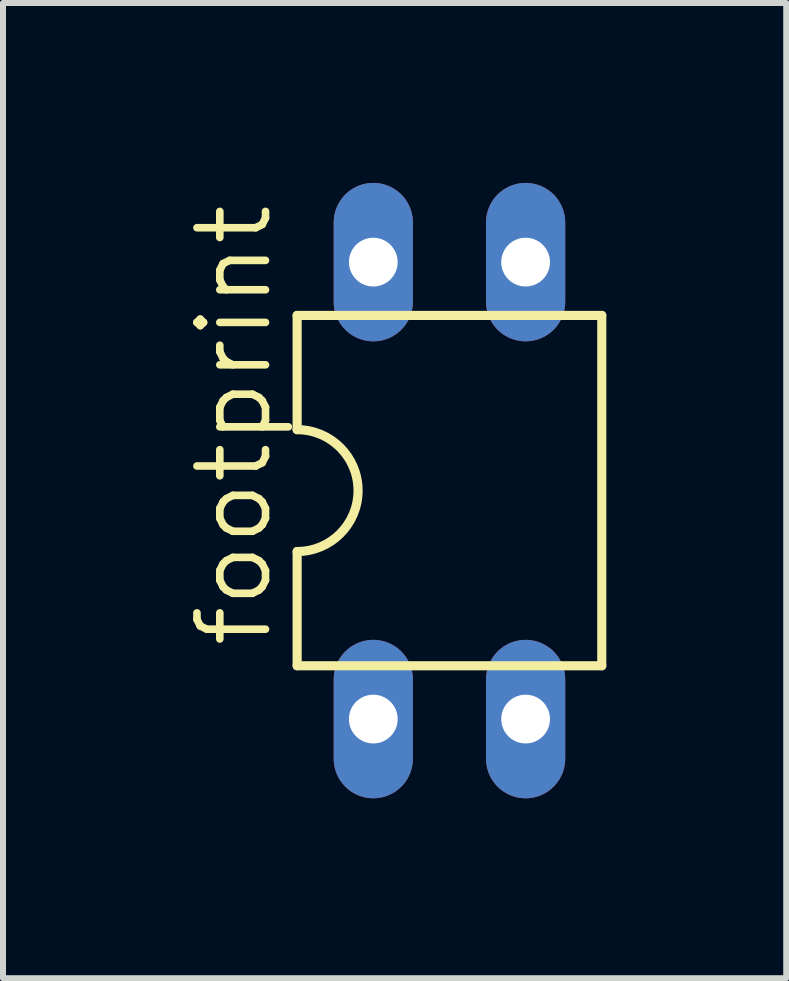
<source format=kicad_pcb>
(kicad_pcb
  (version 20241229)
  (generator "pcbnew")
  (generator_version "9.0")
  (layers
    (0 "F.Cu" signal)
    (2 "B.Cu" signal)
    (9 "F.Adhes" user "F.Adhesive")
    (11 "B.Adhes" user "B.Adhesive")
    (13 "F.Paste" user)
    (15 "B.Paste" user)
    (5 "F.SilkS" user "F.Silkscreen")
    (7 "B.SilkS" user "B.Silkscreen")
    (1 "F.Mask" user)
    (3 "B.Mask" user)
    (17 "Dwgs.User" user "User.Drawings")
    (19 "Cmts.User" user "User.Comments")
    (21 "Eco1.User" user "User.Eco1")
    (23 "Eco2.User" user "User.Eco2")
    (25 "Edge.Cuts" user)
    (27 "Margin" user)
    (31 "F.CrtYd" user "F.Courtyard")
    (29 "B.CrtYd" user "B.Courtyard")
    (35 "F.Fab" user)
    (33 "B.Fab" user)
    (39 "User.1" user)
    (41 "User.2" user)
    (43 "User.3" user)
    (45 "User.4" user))
  (footprint "footprint"
    (layer "F.Cu")
    (at 4.445 5.131)
    (property "Reference" "footprint" (at -2.921 2.667 90) (layer "F.SilkS") (effects (font (size 1.143 1.143) (thickness 0.127)) (justify left bottom)))
    (fp_line (start -2.54 -2.921) (end -2.54 -1.016) (stroke (width 0.152) (type solid)) (layer "F.SilkS"))
    (fp_line (start -2.54 2.921) (end -2.54 1.016) (stroke (width 0.152) (type solid)) (layer "F.SilkS"))
    (fp_line (start -2.54 2.921) (end 2.54 2.921) (stroke (width 0.152) (type solid)) (layer "F.SilkS"))
    (fp_line (start 2.54 -2.921) (end -2.54 -2.921) (stroke (width 0.152) (type solid)) (layer "F.SilkS"))
    (fp_line (start 2.54 -2.921) (end 2.54 2.921) (stroke (width 0.152) (type solid)) (layer "F.SilkS"))
    (fp_arc (start -2.54 -1.016) (mid -1.524 0) (end -2.54 1.016) (stroke (width 0.1524) (type solid)) (layer "F.SilkS"))
    (pad "1" thru_hole oval (at -1.27 3.81 90) (size 2.642 1.321) (drill 0.813) (layers "*.Cu" "*.Mask"))
    (pad "2" thru_hole oval (at 1.27 3.81 90) (size 2.642 1.321) (drill 0.813) (layers "*.Cu" "*.Mask"))
    (pad "3" thru_hole oval (at 1.27 -3.81 90) (size 2.642 1.321) (drill 0.813) (layers "*.Cu" "*.Mask"))
    (pad "4" thru_hole oval (at -1.27 -3.81 90) (size 2.642 1.321) (drill 0.813) (layers "*.Cu" "*.Mask")))
  (gr_rect
    (start -3 -3)
    (end 10.061 13.262)
    (stroke (width 0.1) (type default))
    (fill no)
    (layer "Edge.Cuts")))
</source>
